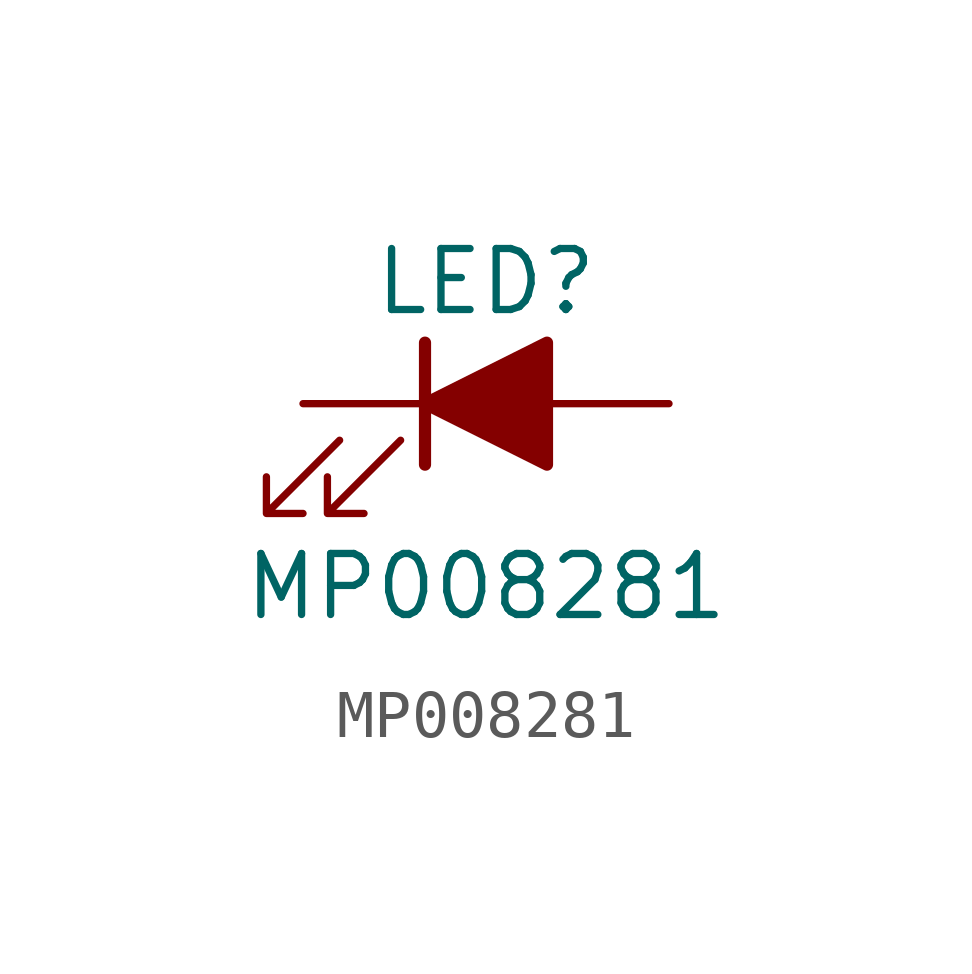
<source format=kicad_sym>
(kicad_symbol_lib
  (version 20241209)
  (generator "kicad_symbol_editor")
  (generator_version "9.0")
  (symbol "MP008281"
    (pin_numbers
      (hide yes))
    (pin_names
      (offset 1.016)
      (hide yes))
    (property "Reference" "LED"
      (at 0 2.54 0)
      (effects (font (size 1.27 1.27))))
    (property "Value" "MP008281"
      (at 0 -3.81 0)
      (effects (font (size 1.27 1.27))))
    (symbol "MP008281_0_1"
      (polyline (pts (xy -3.048 -0.762) (xy -4.572 -2.286) (xy -3.81 -2.286) (xy -4.572 -2.286) (xy -4.572 -1.524)) (stroke (width 0) (type default)) (fill (type none)))
      (polyline (pts (xy -1.778 -0.762) (xy -3.302 -2.286) (xy -2.54 -2.286) (xy -3.302 -2.286) (xy -3.302 -1.524)) (stroke (width 0) (type default)) (fill (type none)))
      (polyline (pts (xy -1.27 0) (xy 1.27 0)) (stroke (width 0) (type default)) (fill (type none)))
      (polyline (pts (xy -1.27 -1.27) (xy -1.27 1.27)) (stroke (width 0.254) (type default)) (fill (type none))))
    (symbol "MP008281_1_1"
      (polyline (pts (xy 1.27 -1.27) (xy 1.27 1.27) (xy -1.27 0) (xy 1.27 -1.27)) (stroke (width 0.254) (type default)) (fill (type outline)))
      (pin passive line (at -3.81 0 0) (length 2.54) (name "K" (effects (font (size 1.27 1.27)))) (number "1" (effects (font (size 1.27 1.27)))))
      (pin passive line (at 3.81 0 180) (length 2.54) (name "A" (effects (font (size 1.27 1.27)))) (number "2" (effects (font (size 1.27 1.27))))))))
</source>
